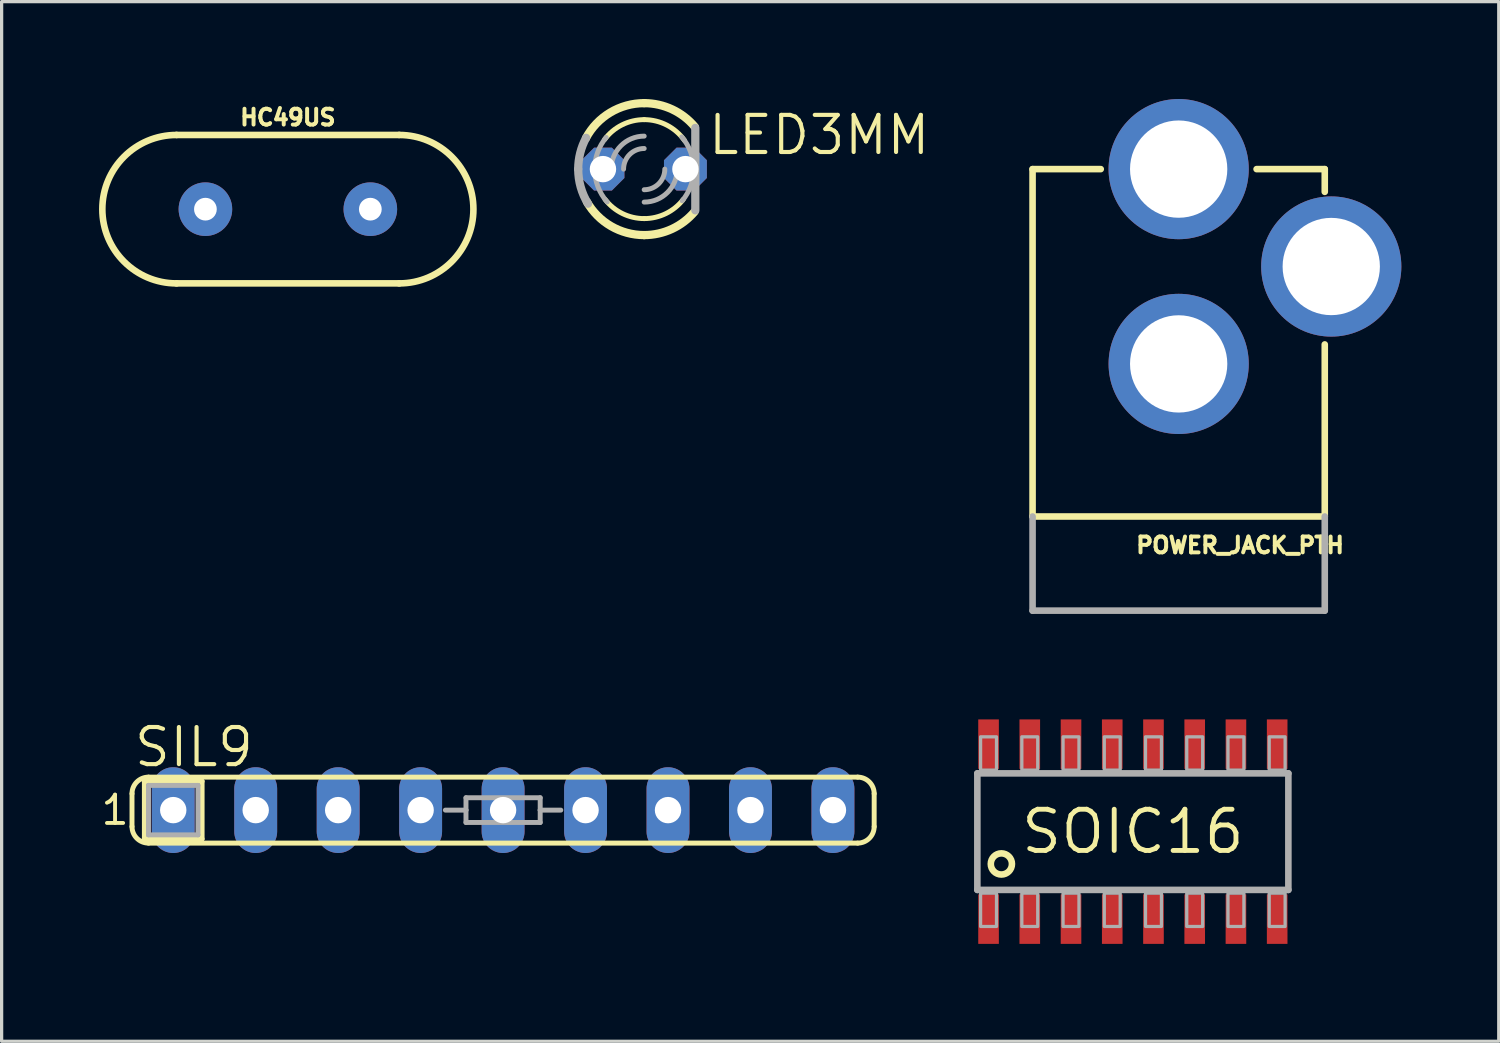
<source format=kicad_pcb>
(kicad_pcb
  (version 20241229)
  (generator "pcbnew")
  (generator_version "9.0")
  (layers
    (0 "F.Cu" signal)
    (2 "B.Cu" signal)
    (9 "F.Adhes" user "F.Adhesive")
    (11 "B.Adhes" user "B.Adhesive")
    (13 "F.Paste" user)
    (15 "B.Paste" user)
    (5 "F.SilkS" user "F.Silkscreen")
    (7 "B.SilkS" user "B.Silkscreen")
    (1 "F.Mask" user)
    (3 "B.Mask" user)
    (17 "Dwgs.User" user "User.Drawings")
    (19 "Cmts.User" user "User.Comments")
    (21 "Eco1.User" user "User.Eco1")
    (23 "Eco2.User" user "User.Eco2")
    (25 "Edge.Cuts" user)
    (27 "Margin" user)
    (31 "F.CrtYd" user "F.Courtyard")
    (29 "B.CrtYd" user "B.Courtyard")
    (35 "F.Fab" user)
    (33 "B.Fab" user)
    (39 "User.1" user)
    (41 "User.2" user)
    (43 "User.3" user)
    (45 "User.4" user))
  (footprint "SIL9"
    (layer "F.Cu")
    (at 12.446 21.903)
    (property "Reference" "SIL9" (at -11.43 -1.27 0) (layer "F.SilkS") (effects (font (size 1.143 1.143) (thickness 0.127)) (justify left bottom)))
    (fp_line (start -11.43 0.508) (end -11.43 -0.508) (stroke (width 0.152) (type solid)) (layer "F.SilkS"))
    (fp_line (start -11.049 -0.889) (end -9.271 -0.889) (stroke (width 0.152) (type solid)) (layer "F.SilkS"))
    (fp_line (start -11.049 0.889) (end -11.049 -0.889) (stroke (width 0.152) (type solid)) (layer "F.SilkS"))
    (fp_line (start -10.922 1.016) (end 10.922 1.016) (stroke (width 0.152) (type solid)) (layer "F.SilkS"))
    (fp_line (start -9.271 -0.889) (end -9.271 0.889) (stroke (width 0.152) (type solid)) (layer "F.SilkS"))
    (fp_line (start -9.271 0.889) (end -11.049 0.889) (stroke (width 0.152) (type solid)) (layer "F.SilkS"))
    (fp_line (start 10.922 -1.016) (end -10.922 -1.016) (stroke (width 0.152) (type solid)) (layer "F.SilkS"))
    (fp_line (start 11.43 -0.508) (end 11.43 0.508) (stroke (width 0.152) (type solid)) (layer "F.SilkS"))
    (fp_arc (start -11.43 -0.508) (mid -11.28121 -0.86721) (end -10.921999 -1.015999) (stroke (width 0.1524) (type solid)) (layer "F.SilkS"))
    (fp_arc (start -10.921999 1.015999) (mid -11.28121 0.86721) (end -11.43 0.508) (stroke (width 0.1524) (type solid)) (layer "F.SilkS"))
    (fp_arc (start 10.922 -1.016) (mid 11.281211 -0.86721) (end 11.430001 -0.507999) (stroke (width 0.1524) (type solid)) (layer "F.SilkS"))
    (fp_arc (start 11.430001 0.507999) (mid 11.281211 0.86721) (end 10.922 1.016) (stroke (width 0.1524) (type solid)) (layer "F.SilkS"))
    (fp_line (start -10.922 -0.762) (end -9.398 -0.762) (stroke (width 0.152) (type solid)) (layer "F.Fab"))
    (fp_line (start -10.922 0.762) (end -10.922 -0.762) (stroke (width 0.152) (type solid)) (layer "F.Fab"))
    (fp_line (start -9.398 -0.762) (end -9.398 0.762) (stroke (width 0.152) (type solid)) (layer "F.Fab"))
    (fp_line (start -9.398 0.762) (end -10.922 0.762) (stroke (width 0.152) (type solid)) (layer "F.Fab"))
    (fp_line (start -1.778 0) (end -1.143 0) (stroke (width 0.152) (type solid)) (layer "F.Fab"))
    (fp_line (start -1.143 -0.381) (end 1.143 -0.381) (stroke (width 0.152) (type solid)) (layer "F.Fab"))
    (fp_line (start -1.143 0) (end -1.143 -0.381) (stroke (width 0.152) (type solid)) (layer "F.Fab"))
    (fp_line (start -1.143 0.381) (end -1.143 0) (stroke (width 0.152) (type solid)) (layer "F.Fab"))
    (fp_line (start 1.143 -0.381) (end 1.143 0) (stroke (width 0.152) (type solid)) (layer "F.Fab"))
    (fp_line (start 1.143 0) (end 1.143 0.381) (stroke (width 0.152) (type solid)) (layer "F.Fab"))
    (fp_line (start 1.143 0.381) (end -1.143 0.381) (stroke (width 0.152) (type solid)) (layer "F.Fab"))
    (fp_line (start 1.778 0) (end 1.143 0) (stroke (width 0.152) (type solid)) (layer "F.Fab"))
    (fp_text user "1" (at -12.446 0.508 0) (layer "F.SilkS") (effects (font (size 0.872 0.872) (thickness 0.119)) (justify left bottom)))
    (pad "1" thru_hole oval (at -10.16 0 90) (size 2.642 1.321) (drill 0.813) (layers "*.Cu" "*.Mask"))
    (pad "2" thru_hole oval (at -7.62 0 90) (size 2.642 1.321) (drill 0.813) (layers "*.Cu" "*.Mask"))
    (pad "3" thru_hole oval (at -5.08 0 90) (size 2.642 1.321) (drill 0.813) (layers "*.Cu" "*.Mask"))
    (pad "4" thru_hole oval (at -2.54 0 90) (size 2.642 1.321) (drill 0.813) (layers "*.Cu" "*.Mask"))
    (pad "5" thru_hole oval (at 0 0 90) (size 2.642 1.321) (drill 0.813) (layers "*.Cu" "*.Mask"))
    (pad "6" thru_hole oval (at 2.54 0 90) (size 2.642 1.321) (drill 0.813) (layers "*.Cu" "*.Mask"))
    (pad "7" thru_hole oval (at 5.08 0 90) (size 2.642 1.321) (drill 0.813) (layers "*.Cu" "*.Mask"))
    (pad "8" thru_hole oval (at 7.62 0 90) (size 2.642 1.321) (drill 0.813) (layers "*.Cu" "*.Mask"))
    (pad "9" thru_hole oval (at 10.16 0 90) (size 2.642 1.321) (drill 0.813) (layers "*.Cu" "*.Mask")))
  (footprint "SOIC16"
    (layer "F.Cu")
    (at 31.844 22.566)
    (property "Reference" "SOIC16" (at 0 0 0) (layer "F.SilkS") (effects (font (size 1.27 1.27) (thickness 0.15))))
    (fp_circle (center -4.05 0.995) (end -3.724 0.995) (stroke (width 0.203) (type solid)) (fill no) (layer "F.SilkS"))
    (fp_line (start -4.79 -1.795) (end 4.79 -1.795) (stroke (width 0.203) (type solid)) (layer "F.Fab"))
    (fp_line (start -4.79 1.795) (end -4.79 -1.795) (stroke (width 0.203) (type solid)) (layer "F.Fab"))
    (fp_line (start 4.79 -1.795) (end 4.79 1.795) (stroke (width 0.203) (type solid)) (layer "F.Fab"))
    (fp_line (start 4.79 1.795) (end -4.79 1.795) (stroke (width 0.203) (type solid)) (layer "F.Fab"))
    (fp_poly (pts (xy -4.69 -1.895) (xy -4.2 -1.895) (xy -4.2 -2.921) (xy -4.69 -2.921)) (stroke (width 0.1) (type solid)) (fill no) (layer "F.Fab"))
    (fp_poly (pts (xy -4.69 2.921) (xy -4.2 2.921) (xy -4.2 1.895) (xy -4.69 1.895)) (stroke (width 0.1) (type solid)) (fill no) (layer "F.Fab"))
    (fp_poly (pts (xy -3.42 -1.895) (xy -2.93 -1.895) (xy -2.93 -2.921) (xy -3.42 -2.921)) (stroke (width 0.1) (type solid)) (fill no) (layer "F.Fab"))
    (fp_poly (pts (xy -3.42 2.921) (xy -2.93 2.921) (xy -2.93 1.895) (xy -3.42 1.895)) (stroke (width 0.1) (type solid)) (fill no) (layer "F.Fab"))
    (fp_poly (pts (xy -2.15 -1.895) (xy -1.66 -1.895) (xy -1.66 -2.921) (xy -2.15 -2.921)) (stroke (width 0.1) (type solid)) (fill no) (layer "F.Fab"))
    (fp_poly (pts (xy -2.15 2.921) (xy -1.66 2.921) (xy -1.66 1.895) (xy -2.15 1.895)) (stroke (width 0.1) (type solid)) (fill no) (layer "F.Fab"))
    (fp_poly (pts (xy -0.88 -1.895) (xy -0.39 -1.895) (xy -0.39 -2.921) (xy -0.88 -2.921)) (stroke (width 0.1) (type solid)) (fill no) (layer "F.Fab"))
    (fp_poly (pts (xy -0.88 2.921) (xy -0.39 2.921) (xy -0.39 1.895) (xy -0.88 1.895)) (stroke (width 0.1) (type solid)) (fill no) (layer "F.Fab"))
    (fp_poly (pts (xy 0.39 -1.895) (xy 0.88 -1.895) (xy 0.88 -2.921) (xy 0.39 -2.921)) (stroke (width 0.1) (type solid)) (fill no) (layer "F.Fab"))
    (fp_poly (pts (xy 0.39 2.921) (xy 0.88 2.921) (xy 0.88 1.895) (xy 0.39 1.895)) (stroke (width 0.1) (type solid)) (fill no) (layer "F.Fab"))
    (fp_poly (pts (xy 1.66 -1.895) (xy 2.15 -1.895) (xy 2.15 -2.921) (xy 1.66 -2.921)) (stroke (width 0.1) (type solid)) (fill no) (layer "F.Fab"))
    (fp_poly (pts (xy 1.66 2.921) (xy 2.15 2.921) (xy 2.15 1.895) (xy 1.66 1.895)) (stroke (width 0.1) (type solid)) (fill no) (layer "F.Fab"))
    (fp_poly (pts (xy 2.93 -1.895) (xy 3.42 -1.895) (xy 3.42 -2.921) (xy 2.93 -2.921)) (stroke (width 0.1) (type solid)) (fill no) (layer "F.Fab"))
    (fp_poly (pts (xy 2.93 2.921) (xy 3.42 2.921) (xy 3.42 1.895) (xy 2.93 1.895)) (stroke (width 0.1) (type solid)) (fill no) (layer "F.Fab"))
    (fp_poly (pts (xy 4.2 -1.895) (xy 4.69 -1.895) (xy 4.69 -2.921) (xy 4.2 -2.921)) (stroke (width 0.1) (type solid)) (fill no) (layer "F.Fab"))
    (fp_poly (pts (xy 4.2 2.921) (xy 4.69 2.921) (xy 4.69 1.895) (xy 4.2 1.895)) (stroke (width 0.1) (type solid)) (fill no) (layer "F.Fab"))
    (pad "1" smd rect (at -4.445 2.695) (size 0.635 1.524) (layers "F.Cu" "F.Mask" "F.Paste"))
    (pad "2" smd rect (at -3.175 2.695) (size 0.635 1.524) (layers "F.Cu" "F.Mask" "F.Paste"))
    (pad "3" smd rect (at -1.905 2.695) (size 0.635 1.524) (layers "F.Cu" "F.Mask" "F.Paste"))
    (pad "4" smd rect (at -0.635 2.695) (size 0.635 1.524) (layers "F.Cu" "F.Mask" "F.Paste"))
    (pad "5" smd rect (at 0.635 2.695) (size 0.635 1.524) (layers "F.Cu" "F.Mask" "F.Paste"))
    (pad "6" smd rect (at 1.905 2.695) (size 0.635 1.524) (layers "F.Cu" "F.Mask" "F.Paste"))
    (pad "7" smd rect (at 3.175 2.695) (size 0.635 1.524) (layers "F.Cu" "F.Mask" "F.Paste"))
    (pad "8" smd rect (at 4.445 2.695) (size 0.635 1.524) (layers "F.Cu" "F.Mask" "F.Paste"))
    (pad "9" smd rect (at 4.445 -2.695) (size 0.635 1.524) (layers "F.Cu" "F.Mask" "F.Paste"))
    (pad "10" smd rect (at 3.175 -2.695) (size 0.635 1.524) (layers "F.Cu" "F.Mask" "F.Paste"))
    (pad "11" smd rect (at 1.905 -2.695) (size 0.635 1.524) (layers "F.Cu" "F.Mask" "F.Paste"))
    (pad "12" smd rect (at 0.635 -2.695) (size 0.635 1.524) (layers "F.Cu" "F.Mask" "F.Paste"))
    (pad "13" smd rect (at -0.635 -2.695) (size 0.635 1.524) (layers "F.Cu" "F.Mask" "F.Paste"))
    (pad "14" smd rect (at -1.905 -2.695) (size 0.635 1.524) (layers "F.Cu" "F.Mask" "F.Paste"))
    (pad "15" smd rect (at -3.175 -2.695) (size 0.635 1.524) (layers "F.Cu" "F.Mask" "F.Paste"))
    (pad "16" smd rect (at -4.445 -2.695) (size 0.635 1.524) (layers "F.Cu" "F.Mask" "F.Paste")))
  (footprint "LED3MM"
    (layer "F.Cu")
    (at 16.792 2.159)
    (property "Reference" "LED3MM" (at 1.905 -0.381 0) (layer "F.SilkS") (effects (font (size 1.143 1.143) (thickness 0.127)) (justify left bottom)))
    (fp_arc (start -1.7929 -0.9562) (mid -1.045438 -1.7424) (end 0 -2.032) (stroke (width 0.254) (type solid)) (layer "F.SilkS"))
    (fp_arc (start -1.2192 -0.9144) (mid -0.681554 -1.363107) (end 0 -1.524) (stroke (width 0.1524) (type solid)) (layer "F.SilkS"))
    (fp_arc (start 0 -2.032) (mid 0.861864 -1.840173) (end 1.561 -1.3009) (stroke (width 0.254) (type solid)) (layer "F.SilkS"))
    (fp_arc (start 0 -1.524) (mid 0.697339 -1.355082) (end 1.2401 -0.885801) (stroke (width 0.1524) (type solid)) (layer "F.SilkS"))
    (fp_arc (start 0 1.524) (mid -0.669593 1.369018) (end -1.203 0.9356) (stroke (width 0.1524) (type solid)) (layer "F.SilkS"))
    (fp_arc (start 0 2.032) (mid -1.019924 1.757525) (end -1.7643 1.0082) (stroke (width 0.254) (type solid)) (layer "F.SilkS"))
    (fp_arc (start 1.203 0.9356) (mid 0.669593 1.369018) (end 0 1.524) (stroke (width 0.1524) (type solid)) (layer "F.SilkS"))
    (fp_arc (start 1.5512 1.3126) (mid 0.854953 1.843405) (end 0 2.032) (stroke (width 0.254) (type solid)) (layer "F.SilkS"))
    (fp_line (start 1.575 1.27) (end 1.575 -1.27) (stroke (width 0.254) (type solid)) (layer "F.Fab"))
    (fp_arc (start -2.032 0) (mid -1.970339 -0.496775) (end -1.7891 -0.9634) (stroke (width 0.254) (type solid)) (layer "F.Fab"))
    (fp_arc (start -1.7306 1.065) (mid -1.95521 0.553417) (end -2.032 0) (stroke (width 0.254) (type solid)) (layer "F.Fab"))
    (fp_arc (start -1.524 0) (mid -1.432981 -0.518783) (end -1.1708 -0.9756) (stroke (width 0.1524) (type solid)) (layer "F.Fab"))
    (fp_arc (start -1.1391 1.0125) (mid -1.42454 0.5416) (end -1.524 0) (stroke (width 0.1524) (type solid)) (layer "F.Fab"))
    (fp_arc (start -1.016 0) (mid -0.71842 -0.71842) (end 0 -1.016) (stroke (width 0.1524) (type solid)) (layer "F.Fab"))
    (fp_arc (start -0.635 0) (mid -0.449013 -0.449013) (end 0 -0.635) (stroke (width 0.1524) (type solid)) (layer "F.Fab"))
    (fp_arc (start 0.635 0) (mid 0.449013 0.449013) (end 0 0.635) (stroke (width 0.1524) (type solid)) (layer "F.Fab"))
    (fp_arc (start 1.016 0) (mid 0.71842 0.71842) (end 0 1.016) (stroke (width 0.1524) (type solid)) (layer "F.Fab"))
    (fp_arc (start 1.1571 -0.9918) (mid 1.429332 -0.528744) (end 1.524 0) (stroke (width 0.1524) (type solid)) (layer "F.Fab"))
    (fp_arc (start 1.524 0) (mid 1.432981 0.518783) (end 1.1708 0.9756) (stroke (width 0.1524) (type solid)) (layer "F.Fab"))
    (pad "A" thru_hole roundrect (at -1.27 0) (size 1.321 1.321) (drill 0.813) (layers "*.Cu" "*.Mask") (roundrect_rratio 0.25) (chamfer_ratio 0.293) (chamfer top_left top_right bottom_left bottom_right))
    (pad "K" thru_hole roundrect (at 1.27 0) (size 1.321 1.321) (drill 0.813) (layers "*.Cu" "*.Mask") (roundrect_rratio 0.25) (chamfer_ratio 0.293) (chamfer top_left top_right bottom_left bottom_right)))
  (footprint "POWER_JACK_PTH"
    (layer "F.Cu")
    (at 33.255 15.859)
    (property "Reference" "POWER_JACK_PTH" (at -1.372 -1.829 0) (layer "F.SilkS") (effects (font (size 0.488 0.488) (thickness 0.122)) (justify left bottom)))
    (fp_line (start -4.5 -13.7) (end -2.4 -13.7) (stroke (width 0.203) (type solid)) (layer "F.SilkS"))
    (fp_line (start -4.5 -3) (end -4.5 -13.7) (stroke (width 0.203) (type solid)) (layer "F.SilkS"))
    (fp_line (start -4.5 -3) (end 4.5 -3) (stroke (width 0.203) (type solid)) (layer "F.SilkS"))
    (fp_line (start 4.5 -13.7) (end 2.4 -13.7) (stroke (width 0.203) (type solid)) (layer "F.SilkS"))
    (fp_line (start 4.5 -13.7) (end 4.5 -13) (stroke (width 0.203) (type solid)) (layer "F.SilkS"))
    (fp_line (start 4.5 -3) (end 4.5 -8.3) (stroke (width 0.203) (type solid)) (layer "F.SilkS"))
    (fp_line (start -4.5 -3) (end -4.5 -0.1) (stroke (width 0.203) (type solid)) (layer "F.Fab"))
    (fp_line (start 4.5 -0.1) (end -4.5 -0.1) (stroke (width 0.203) (type solid)) (layer "F.Fab"))
    (fp_line (start 4.5 -0.1) (end 4.5 -3) (stroke (width 0.203) (type solid)) (layer "F.Fab"))
    (pad "GND" thru_hole circle (at 0 -7.7) (size 4.318 4.318) (drill 2.997) (layers "*.Cu" "*.Mask"))
    (pad "GNDBREAK" thru_hole circle (at 4.7 -10.7 90) (size 4.318 4.318) (drill 2.997) (layers "*.Cu" "*.Mask"))
    (pad "PWR" thru_hole circle (at 0 -13.7) (size 4.318 4.318) (drill 2.997) (layers "*.Cu" "*.Mask")))
  (footprint "HC49US"
    (layer "F.Cu")
    (at 5.817 3.393)
    (property "Reference" "HC49US" (at 0 -2.54 0) (layer "F.SilkS") (effects (font (size 0.488 0.488) (thickness 0.122)) (justify bottom)))
    (fp_line (start -3.429 2.286) (end 3.429 2.286) (stroke (width 0.203) (type solid)) (layer "F.SilkS"))
    (fp_line (start 3.429 -2.286) (end -3.429 -2.286) (stroke (width 0.203) (type solid)) (layer "F.SilkS"))
    (fp_arc (start -3.429 2.286) (mid -5.715 0) (end -3.429 -2.286) (stroke (width 0.2032) (type solid)) (layer "F.SilkS"))
    (fp_arc (start 3.429 -2.286) (mid 5.715 0) (end 3.429 2.286) (stroke (width 0.2032) (type solid)) (layer "F.SilkS"))
    (pad "1" thru_hole circle (at -2.54 0 90) (size 1.651 1.651) (drill 0.7) (layers "*.Cu" "*.Mask"))
    (pad "2" thru_hole circle (at 2.54 0 90) (size 1.651 1.651) (drill 0.7) (layers "*.Cu" "*.Mask")))
  (gr_rect
    (start -3 -3)
    (end 43.114 29.023)
    (stroke (width 0.1) (type default))
    (fill no)
    (layer "Edge.Cuts")))
</source>
